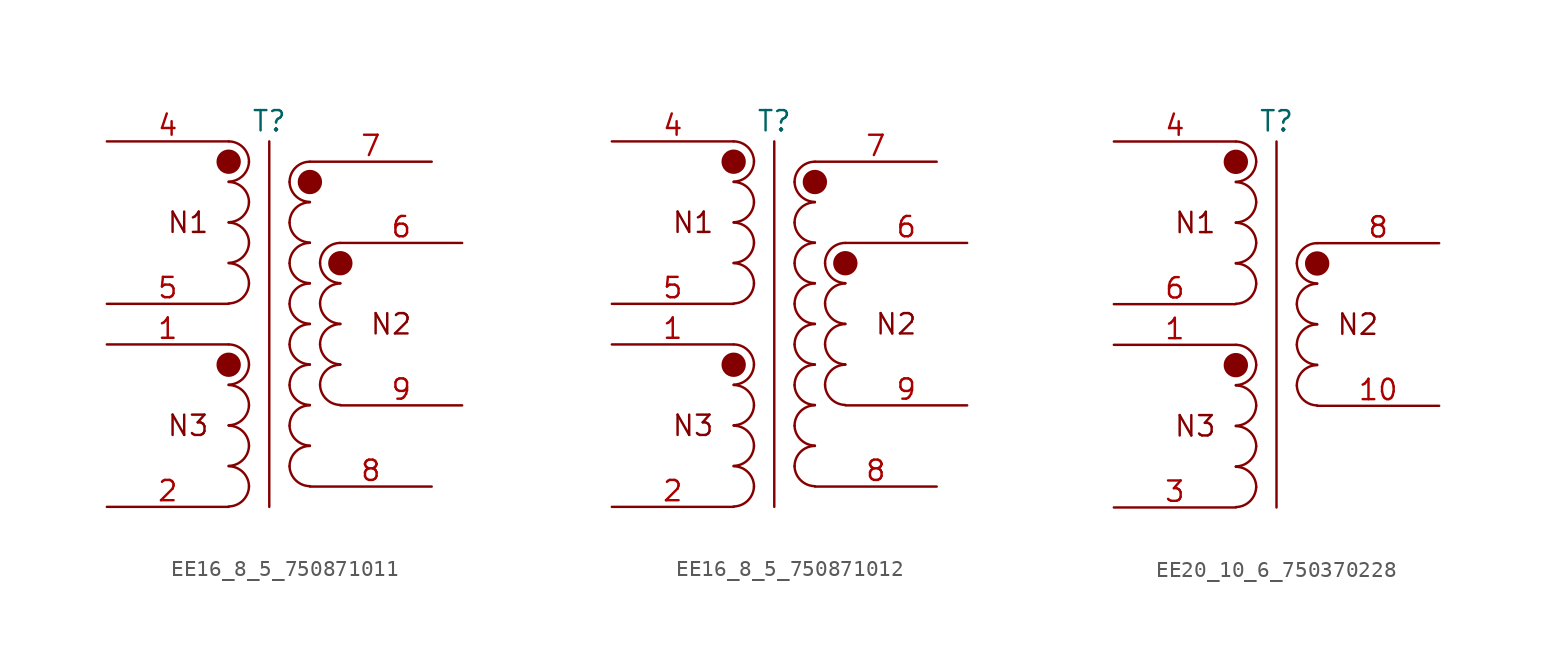
<source format=kicad_sym>
(kicad_symbol_lib
  (version 20220914)
  (generator kicad_symbol_editor)
  (symbol "EE16_8_5_750871011"
    (pin_names hide)
    (property "Reference" "T"
      (at 0 12.7 0)
      (effects (font (size 1.27 1.27))))
    (property "Critical Parameter" ""
      (at 0 -5.08 0)
      (effects (font (size 1.27 1.27)) (justify left)))
    (symbol "EE16_8_5_750871011_0_1"
      (arc (start -2.54 -11.4046) (mid -1.6561 -11.0363) (end -1.27 -10.16) (stroke (width 0) (type default)) (fill (type none)))
      (arc (start -2.54 -8.8646) (mid -1.6561 -8.4963) (end -1.27 -7.62) (stroke (width 0) (type default)) (fill (type none)))
      (arc (start -2.54 -6.3246) (mid -1.6561 -5.9563) (end -1.27 -5.08) (stroke (width 0) (type default)) (fill (type none)))
      (arc (start -2.54 -3.7846) (mid -1.6561 -3.4163) (end -1.27 -2.54) (stroke (width 0) (type default)) (fill (type none)))
      (arc (start -2.54 1.2954) (mid -1.6561 1.6637) (end -1.27 2.54) (stroke (width 0) (type default)) (fill (type none)))
      (arc (start -2.54 3.8354) (mid -1.6561 4.2037) (end -1.27 5.08) (stroke (width 0) (type default)) (fill (type none)))
      (arc (start -2.54 6.3754) (mid -1.6561 6.7437) (end -1.27 7.62) (stroke (width 0) (type default)) (fill (type none)))
      (arc (start -2.54 8.9154) (mid -1.6561 9.2837) (end -1.27 10.16) (stroke (width 0) (type default)) (fill (type none)))
      (arc (start -1.27 -10.16) (mid -1.642 -9.262) (end -2.54 -8.89) (stroke (width 0) (type default)) (fill (type none)))
      (arc (start -1.27 -7.62) (mid -1.642 -6.722) (end -2.54 -6.35) (stroke (width 0) (type default)) (fill (type none)))
      (arc (start -1.27 -5.08) (mid -1.642 -4.182) (end -2.54 -3.81) (stroke (width 0) (type default)) (fill (type none)))
      (arc (start -1.27 -2.54) (mid -1.642 -1.642) (end -2.54 -1.27) (stroke (width 0) (type default)) (fill (type none)))
      (arc (start -1.27 2.54) (mid -1.642 3.438) (end -2.54 3.81) (stroke (width 0) (type default)) (fill (type none)))
      (arc (start -1.27 5.08) (mid -1.642 5.978) (end -2.54 6.35) (stroke (width 0) (type default)) (fill (type none)))
      (arc (start -1.27 7.62) (mid -1.642 8.518) (end -2.54 8.89) (stroke (width 0) (type default)) (fill (type none)))
      (arc (start -1.27 10.16) (mid -1.642 11.058) (end -2.54 11.43) (stroke (width 0) (type default)) (fill (type none)))
      (polyline (pts (xy 0 -11.43) (xy 0 11.43)) (stroke (width 0) (type default)) (fill (type none)))
      (arc (start 1.27 -8.89) (mid 1.6561 -9.7663) (end 2.54 -10.1346) (stroke (width 0) (type default)) (fill (type none)))
      (arc (start 1.27 -6.35) (mid 1.6561 -7.2263) (end 2.54 -7.5946) (stroke (width 0) (type default)) (fill (type none)))
      (arc (start 1.27 -3.81) (mid 1.6561 -4.6863) (end 2.54 -5.0546) (stroke (width 0) (type default)) (fill (type none)))
      (arc (start 1.27 -1.27) (mid 1.6561 -2.1463) (end 2.54 -2.5146) (stroke (width 0) (type default)) (fill (type none)))
      (arc (start 1.27 1.27) (mid 1.6561 0.3937) (end 2.54 0.0254) (stroke (width 0) (type default)) (fill (type none)))
      (arc (start 1.27 3.81) (mid 1.6561 2.9337) (end 2.54 2.5654) (stroke (width 0) (type default)) (fill (type none)))
      (arc (start 1.27 6.35) (mid 1.6561 5.4737) (end 2.54 5.1054) (stroke (width 0) (type default)) (fill (type none)))
      (arc (start 1.27 8.89) (mid 1.6561 8.0137) (end 2.54 7.6454) (stroke (width 0) (type default)) (fill (type none)))
      (arc (start 2.54 -7.62) (mid 1.642 -7.992) (end 1.27 -8.89) (stroke (width 0) (type default)) (fill (type none)))
      (arc (start 2.54 -5.08) (mid 1.642 -5.452) (end 1.27 -6.35) (stroke (width 0) (type default)) (fill (type none)))
      (arc (start 2.54 -2.54) (mid 1.642 -2.912) (end 1.27 -3.81) (stroke (width 0) (type default)) (fill (type none)))
      (arc (start 2.54 0) (mid 1.642 -0.372) (end 1.27 -1.27) (stroke (width 0) (type default)) (fill (type none)))
      (arc (start 2.54 2.54) (mid 1.642 2.168) (end 1.27 1.27) (stroke (width 0) (type default)) (fill (type none)))
      (arc (start 2.54 5.08) (mid 1.642 4.708) (end 1.27 3.81) (stroke (width 0) (type default)) (fill (type none)))
      (arc (start 2.54 7.62) (mid 1.642 7.248) (end 1.27 6.35) (stroke (width 0) (type default)) (fill (type none)))
      (arc (start 2.54 10.16) (mid 1.642 9.788) (end 1.27 8.89) (stroke (width 0) (type default)) (fill (type none)))
      (arc (start 3.175 -3.81) (mid 3.5611 -4.6863) (end 4.445 -5.0546) (stroke (width 0) (type default)) (fill (type none)))
      (arc (start 3.175 -1.27) (mid 3.5611 -2.1463) (end 4.445 -2.5146) (stroke (width 0) (type default)) (fill (type none)))
      (arc (start 3.175 1.27) (mid 3.5611 0.3937) (end 4.445 0.0254) (stroke (width 0) (type default)) (fill (type none)))
      (arc (start 3.175 3.81) (mid 3.5611 2.9337) (end 4.445 2.5654) (stroke (width 0) (type default)) (fill (type none)))
      (arc (start 4.445 -2.54) (mid 3.547 -2.912) (end 3.175 -3.81) (stroke (width 0) (type default)) (fill (type none)))
      (arc (start 4.445 0) (mid 3.547 -0.372) (end 3.175 -1.27) (stroke (width 0) (type default)) (fill (type none)))
      (arc (start 4.445 2.54) (mid 3.547 2.168) (end 3.175 1.27) (stroke (width 0) (type default)) (fill (type none)))
      (arc (start 4.445 5.08) (mid 3.547 4.708) (end 3.175 3.81) (stroke (width 0) (type default)) (fill (type none))))
    (symbol "EE16_8_5_750871011_1_1"
      (circle (center -2.54 -2.54) (radius 0.0001) (stroke (width 0.762) (type default)) (fill (type none)))
      (circle (center -2.54 10.16) (radius 0.0001) (stroke (width 0.762) (type default)) (fill (type none)))
      (circle (center 2.54 8.89) (radius 0.0001) (stroke (width 0.762) (type default)) (fill (type none)))
      (circle (center 4.445 3.81) (radius 0.0001) (stroke (width 0.762) (type default)) (fill (type none)))
      (text "N1" (at -5.08 6.35 0) (effects (font (size 1.27 1.27))))
      (text "N2" (at 7.62 0 0) (effects (font (size 1.27 1.27))))
      (text "N3" (at -5.08 -6.35 0) (effects (font (size 1.27 1.27))))
      (pin passive line (at -10.16 -1.27 0) (length 7.62) (name "1" (effects (font (size 1.27 1.27)))) (number "1" (effects (font (size 1.27 1.27)))))
      (pin passive line (at -10.16 -11.43 0) (length 7.62) (name "2" (effects (font (size 1.27 1.27)))) (number "2" (effects (font (size 1.27 1.27)))))
      (pin passive line (at -10.16 11.43 0) (length 7.62) (name "4" (effects (font (size 1.27 1.27)))) (number "4" (effects (font (size 1.27 1.27)))))
      (pin passive line (at -10.16 1.27 0) (length 7.62) (name "5" (effects (font (size 1.27 1.27)))) (number "5" (effects (font (size 1.27 1.27)))))
      (pin passive line (at 12.065 5.08 180) (length 7.62) (name "6" (effects (font (size 1.27 1.27)))) (number "6" (effects (font (size 1.27 1.27)))))
      (pin passive line (at 10.16 10.16 180) (length 7.62) (name "7" (effects (font (size 1.27 1.27)))) (number "7" (effects (font (size 1.27 1.27)))))
      (pin passive line (at 10.16 -10.16 180) (length 7.62) (name "8" (effects (font (size 1.27 1.27)))) (number "8" (effects (font (size 1.27 1.27)))))
      (pin passive line (at 12.065 -5.08 180) (length 7.62) (name "9" (effects (font (size 1.27 1.27)))) (number "9" (effects (font (size 1.27 1.27)))))))
  (symbol "EE16_8_5_750871012"
    (pin_names hide)
    (property "Reference" "T"
      (at 0 12.7 0)
      (effects (font (size 1.27 1.27))))
    (property "Critical Parameter" ""
      (at 0 -5.08 0)
      (effects (font (size 1.27 1.27)) (justify left)))
    (symbol "EE16_8_5_750871012_0_1"
      (arc (start -2.54 -11.4046) (mid -1.6561 -11.0363) (end -1.27 -10.16) (stroke (width 0) (type default)) (fill (type none)))
      (arc (start -2.54 -8.8646) (mid -1.6561 -8.4963) (end -1.27 -7.62) (stroke (width 0) (type default)) (fill (type none)))
      (arc (start -2.54 -6.3246) (mid -1.6561 -5.9563) (end -1.27 -5.08) (stroke (width 0) (type default)) (fill (type none)))
      (arc (start -2.54 -3.7846) (mid -1.6561 -3.4163) (end -1.27 -2.54) (stroke (width 0) (type default)) (fill (type none)))
      (arc (start -2.54 1.2954) (mid -1.6561 1.6637) (end -1.27 2.54) (stroke (width 0) (type default)) (fill (type none)))
      (arc (start -2.54 3.8354) (mid -1.6561 4.2037) (end -1.27 5.08) (stroke (width 0) (type default)) (fill (type none)))
      (arc (start -2.54 6.3754) (mid -1.6561 6.7437) (end -1.27 7.62) (stroke (width 0) (type default)) (fill (type none)))
      (arc (start -2.54 8.9154) (mid -1.6561 9.2837) (end -1.27 10.16) (stroke (width 0) (type default)) (fill (type none)))
      (arc (start -1.27 -10.16) (mid -1.642 -9.262) (end -2.54 -8.89) (stroke (width 0) (type default)) (fill (type none)))
      (arc (start -1.27 -7.62) (mid -1.642 -6.722) (end -2.54 -6.35) (stroke (width 0) (type default)) (fill (type none)))
      (arc (start -1.27 -5.08) (mid -1.642 -4.182) (end -2.54 -3.81) (stroke (width 0) (type default)) (fill (type none)))
      (arc (start -1.27 -2.54) (mid -1.642 -1.642) (end -2.54 -1.27) (stroke (width 0) (type default)) (fill (type none)))
      (arc (start -1.27 2.54) (mid -1.642 3.438) (end -2.54 3.81) (stroke (width 0) (type default)) (fill (type none)))
      (arc (start -1.27 5.08) (mid -1.642 5.978) (end -2.54 6.35) (stroke (width 0) (type default)) (fill (type none)))
      (arc (start -1.27 7.62) (mid -1.642 8.518) (end -2.54 8.89) (stroke (width 0) (type default)) (fill (type none)))
      (arc (start -1.27 10.16) (mid -1.642 11.058) (end -2.54 11.43) (stroke (width 0) (type default)) (fill (type none)))
      (polyline (pts (xy 0 -11.43) (xy 0 11.43)) (stroke (width 0) (type default)) (fill (type none)))
      (arc (start 1.27 -8.89) (mid 1.6561 -9.7663) (end 2.54 -10.1346) (stroke (width 0) (type default)) (fill (type none)))
      (arc (start 1.27 -6.35) (mid 1.6561 -7.2263) (end 2.54 -7.5946) (stroke (width 0) (type default)) (fill (type none)))
      (arc (start 1.27 -3.81) (mid 1.6561 -4.6863) (end 2.54 -5.0546) (stroke (width 0) (type default)) (fill (type none)))
      (arc (start 1.27 -1.27) (mid 1.6561 -2.1463) (end 2.54 -2.5146) (stroke (width 0) (type default)) (fill (type none)))
      (arc (start 1.27 1.27) (mid 1.6561 0.3937) (end 2.54 0.0254) (stroke (width 0) (type default)) (fill (type none)))
      (arc (start 1.27 3.81) (mid 1.6561 2.9337) (end 2.54 2.5654) (stroke (width 0) (type default)) (fill (type none)))
      (arc (start 1.27 6.35) (mid 1.6561 5.4737) (end 2.54 5.1054) (stroke (width 0) (type default)) (fill (type none)))
      (arc (start 1.27 8.89) (mid 1.6561 8.0137) (end 2.54 7.6454) (stroke (width 0) (type default)) (fill (type none)))
      (arc (start 2.54 -7.62) (mid 1.642 -7.992) (end 1.27 -8.89) (stroke (width 0) (type default)) (fill (type none)))
      (arc (start 2.54 -5.08) (mid 1.642 -5.452) (end 1.27 -6.35) (stroke (width 0) (type default)) (fill (type none)))
      (arc (start 2.54 -2.54) (mid 1.642 -2.912) (end 1.27 -3.81) (stroke (width 0) (type default)) (fill (type none)))
      (arc (start 2.54 0) (mid 1.642 -0.372) (end 1.27 -1.27) (stroke (width 0) (type default)) (fill (type none)))
      (arc (start 2.54 2.54) (mid 1.642 2.168) (end 1.27 1.27) (stroke (width 0) (type default)) (fill (type none)))
      (arc (start 2.54 5.08) (mid 1.642 4.708) (end 1.27 3.81) (stroke (width 0) (type default)) (fill (type none)))
      (arc (start 2.54 7.62) (mid 1.642 7.248) (end 1.27 6.35) (stroke (width 0) (type default)) (fill (type none)))
      (arc (start 2.54 10.16) (mid 1.642 9.788) (end 1.27 8.89) (stroke (width 0) (type default)) (fill (type none)))
      (arc (start 3.175 -3.81) (mid 3.5611 -4.6863) (end 4.445 -5.0546) (stroke (width 0) (type default)) (fill (type none)))
      (arc (start 3.175 -1.27) (mid 3.5611 -2.1463) (end 4.445 -2.5146) (stroke (width 0) (type default)) (fill (type none)))
      (arc (start 3.175 1.27) (mid 3.5611 0.3937) (end 4.445 0.0254) (stroke (width 0) (type default)) (fill (type none)))
      (arc (start 3.175 3.81) (mid 3.5611 2.9337) (end 4.445 2.5654) (stroke (width 0) (type default)) (fill (type none)))
      (arc (start 4.445 -2.54) (mid 3.547 -2.912) (end 3.175 -3.81) (stroke (width 0) (type default)) (fill (type none)))
      (arc (start 4.445 0) (mid 3.547 -0.372) (end 3.175 -1.27) (stroke (width 0) (type default)) (fill (type none)))
      (arc (start 4.445 2.54) (mid 3.547 2.168) (end 3.175 1.27) (stroke (width 0) (type default)) (fill (type none)))
      (arc (start 4.445 5.08) (mid 3.547 4.708) (end 3.175 3.81) (stroke (width 0) (type default)) (fill (type none))))
    (symbol "EE16_8_5_750871012_1_1"
      (circle (center -2.54 -2.54) (radius 0.0001) (stroke (width 0.762) (type default)) (fill (type none)))
      (circle (center -2.54 10.16) (radius 0.0001) (stroke (width 0.762) (type default)) (fill (type none)))
      (circle (center 2.54 8.89) (radius 0.0001) (stroke (width 0.762) (type default)) (fill (type none)))
      (circle (center 4.445 3.81) (radius 0.0001) (stroke (width 0.762) (type default)) (fill (type none)))
      (text "N1" (at -5.08 6.35 0) (effects (font (size 1.27 1.27))))
      (text "N2" (at 7.62 0 0) (effects (font (size 1.27 1.27))))
      (text "N3" (at -5.08 -6.35 0) (effects (font (size 1.27 1.27))))
      (pin passive line (at -10.16 -1.27 0) (length 7.62) (name "1" (effects (font (size 1.27 1.27)))) (number "1" (effects (font (size 1.27 1.27)))))
      (pin passive line (at -10.16 -11.43 0) (length 7.62) (name "2" (effects (font (size 1.27 1.27)))) (number "2" (effects (font (size 1.27 1.27)))))
      (pin passive line (at -10.16 11.43 0) (length 7.62) (name "4" (effects (font (size 1.27 1.27)))) (number "4" (effects (font (size 1.27 1.27)))))
      (pin passive line (at -10.16 1.27 0) (length 7.62) (name "5" (effects (font (size 1.27 1.27)))) (number "5" (effects (font (size 1.27 1.27)))))
      (pin passive line (at 12.065 5.08 180) (length 7.62) (name "6" (effects (font (size 1.27 1.27)))) (number "6" (effects (font (size 1.27 1.27)))))
      (pin passive line (at 10.16 10.16 180) (length 7.62) (name "7" (effects (font (size 1.27 1.27)))) (number "7" (effects (font (size 1.27 1.27)))))
      (pin passive line (at 10.16 -10.16 180) (length 7.62) (name "8" (effects (font (size 1.27 1.27)))) (number "8" (effects (font (size 1.27 1.27)))))
      (pin passive line (at 12.065 -5.08 180) (length 7.62) (name "9" (effects (font (size 1.27 1.27)))) (number "9" (effects (font (size 1.27 1.27)))))))
  (symbol "EE20_10_6_750370228"
    (pin_names hide)
    (property "Reference" "T"
      (at 0 12.7 0)
      (effects (font (size 1.27 1.27))))
    (property "Critical Parameter" ""
      (at 0 -5.08 0)
      (effects (font (size 1.27 1.27)) (justify left)))
    (symbol "EE20_10_6_750370228_0_1"
      (arc (start -2.54 -11.4046) (mid -1.6561 -11.0363) (end -1.27 -10.16) (stroke (width 0) (type default)) (fill (type none)))
      (arc (start -2.54 -8.8646) (mid -1.6561 -8.4963) (end -1.27 -7.62) (stroke (width 0) (type default)) (fill (type none)))
      (arc (start -2.54 -6.3246) (mid -1.6561 -5.9563) (end -1.27 -5.08) (stroke (width 0) (type default)) (fill (type none)))
      (arc (start -2.54 -3.7846) (mid -1.6561 -3.4163) (end -1.27 -2.54) (stroke (width 0) (type default)) (fill (type none)))
      (arc (start -2.54 1.2954) (mid -1.6561 1.6637) (end -1.27 2.54) (stroke (width 0) (type default)) (fill (type none)))
      (arc (start -2.54 3.8354) (mid -1.6561 4.2037) (end -1.27 5.08) (stroke (width 0) (type default)) (fill (type none)))
      (arc (start -2.54 6.3754) (mid -1.6561 6.7437) (end -1.27 7.62) (stroke (width 0) (type default)) (fill (type none)))
      (arc (start -2.54 8.9154) (mid -1.6561 9.2837) (end -1.27 10.16) (stroke (width 0) (type default)) (fill (type none)))
      (arc (start -1.27 -10.16) (mid -1.642 -9.262) (end -2.54 -8.89) (stroke (width 0) (type default)) (fill (type none)))
      (arc (start -1.27 -7.62) (mid -1.642 -6.722) (end -2.54 -6.35) (stroke (width 0) (type default)) (fill (type none)))
      (arc (start -1.27 -5.08) (mid -1.642 -4.182) (end -2.54 -3.81) (stroke (width 0) (type default)) (fill (type none)))
      (arc (start -1.27 -2.54) (mid -1.642 -1.642) (end -2.54 -1.27) (stroke (width 0) (type default)) (fill (type none)))
      (arc (start -1.27 2.54) (mid -1.642 3.438) (end -2.54 3.81) (stroke (width 0) (type default)) (fill (type none)))
      (arc (start -1.27 5.08) (mid -1.642 5.978) (end -2.54 6.35) (stroke (width 0) (type default)) (fill (type none)))
      (arc (start -1.27 7.62) (mid -1.642 8.518) (end -2.54 8.89) (stroke (width 0) (type default)) (fill (type none)))
      (arc (start -1.27 10.16) (mid -1.642 11.058) (end -2.54 11.43) (stroke (width 0) (type default)) (fill (type none)))
      (polyline (pts (xy 0 -11.43) (xy 0 11.43)) (stroke (width 0) (type default)) (fill (type none)))
      (arc (start 1.27 -3.81) (mid 1.6561 -4.6863) (end 2.54 -5.0546) (stroke (width 0) (type default)) (fill (type none)))
      (arc (start 1.27 -1.27) (mid 1.6561 -2.1463) (end 2.54 -2.5146) (stroke (width 0) (type default)) (fill (type none)))
      (arc (start 1.27 1.27) (mid 1.6561 0.3937) (end 2.54 0.0254) (stroke (width 0) (type default)) (fill (type none)))
      (arc (start 1.27 3.81) (mid 1.6561 2.9337) (end 2.54 2.5654) (stroke (width 0) (type default)) (fill (type none)))
      (arc (start 2.54 -2.54) (mid 1.642 -2.912) (end 1.27 -3.81) (stroke (width 0) (type default)) (fill (type none)))
      (arc (start 2.54 0) (mid 1.642 -0.372) (end 1.27 -1.27) (stroke (width 0) (type default)) (fill (type none)))
      (arc (start 2.54 2.54) (mid 1.642 2.168) (end 1.27 1.27) (stroke (width 0) (type default)) (fill (type none)))
      (arc (start 2.54 5.08) (mid 1.642 4.708) (end 1.27 3.81) (stroke (width 0) (type default)) (fill (type none))))
    (symbol "EE20_10_6_750370228_1_1"
      (circle (center -2.54 -2.54) (radius 0.0001) (stroke (width 0.762) (type default)) (fill (type none)))
      (circle (center -2.54 10.16) (radius 0.0001) (stroke (width 0.762) (type default)) (fill (type none)))
      (circle (center 2.54 3.81) (radius 0.0001) (stroke (width 0.762) (type default)) (fill (type none)))
      (text "N1" (at -5.08 6.35 0) (effects (font (size 1.27 1.27))))
      (text "N2" (at 5.08 0 0) (effects (font (size 1.27 1.27))))
      (text "N3" (at -5.08 -6.35 0) (effects (font (size 1.27 1.27))))
      (pin passive line (at -10.16 -1.27 0) (length 7.62) (name "1" (effects (font (size 1.27 1.27)))) (number "1" (effects (font (size 1.27 1.27)))))
      (pin passive line (at 10.16 -5.08 180) (length 7.62) (name "10" (effects (font (size 1.27 1.27)))) (number "10" (effects (font (size 1.27 1.27)))))
      (pin passive line (at -10.16 -11.43 0) (length 7.62) (name "3" (effects (font (size 1.27 1.27)))) (number "3" (effects (font (size 1.27 1.27)))))
      (pin passive line (at -10.16 11.43 0) (length 7.62) (name "4" (effects (font (size 1.27 1.27)))) (number "4" (effects (font (size 1.27 1.27)))))
      (pin passive line (at -10.16 1.27 0) (length 7.62) (name "6" (effects (font (size 1.27 1.27)))) (number "6" (effects (font (size 1.27 1.27)))))
      (pin passive line (at 10.16 5.08 180) (length 7.62) (name "8" (effects (font (size 1.27 1.27)))) (number "8" (effects (font (size 1.27 1.27))))))))
</source>
